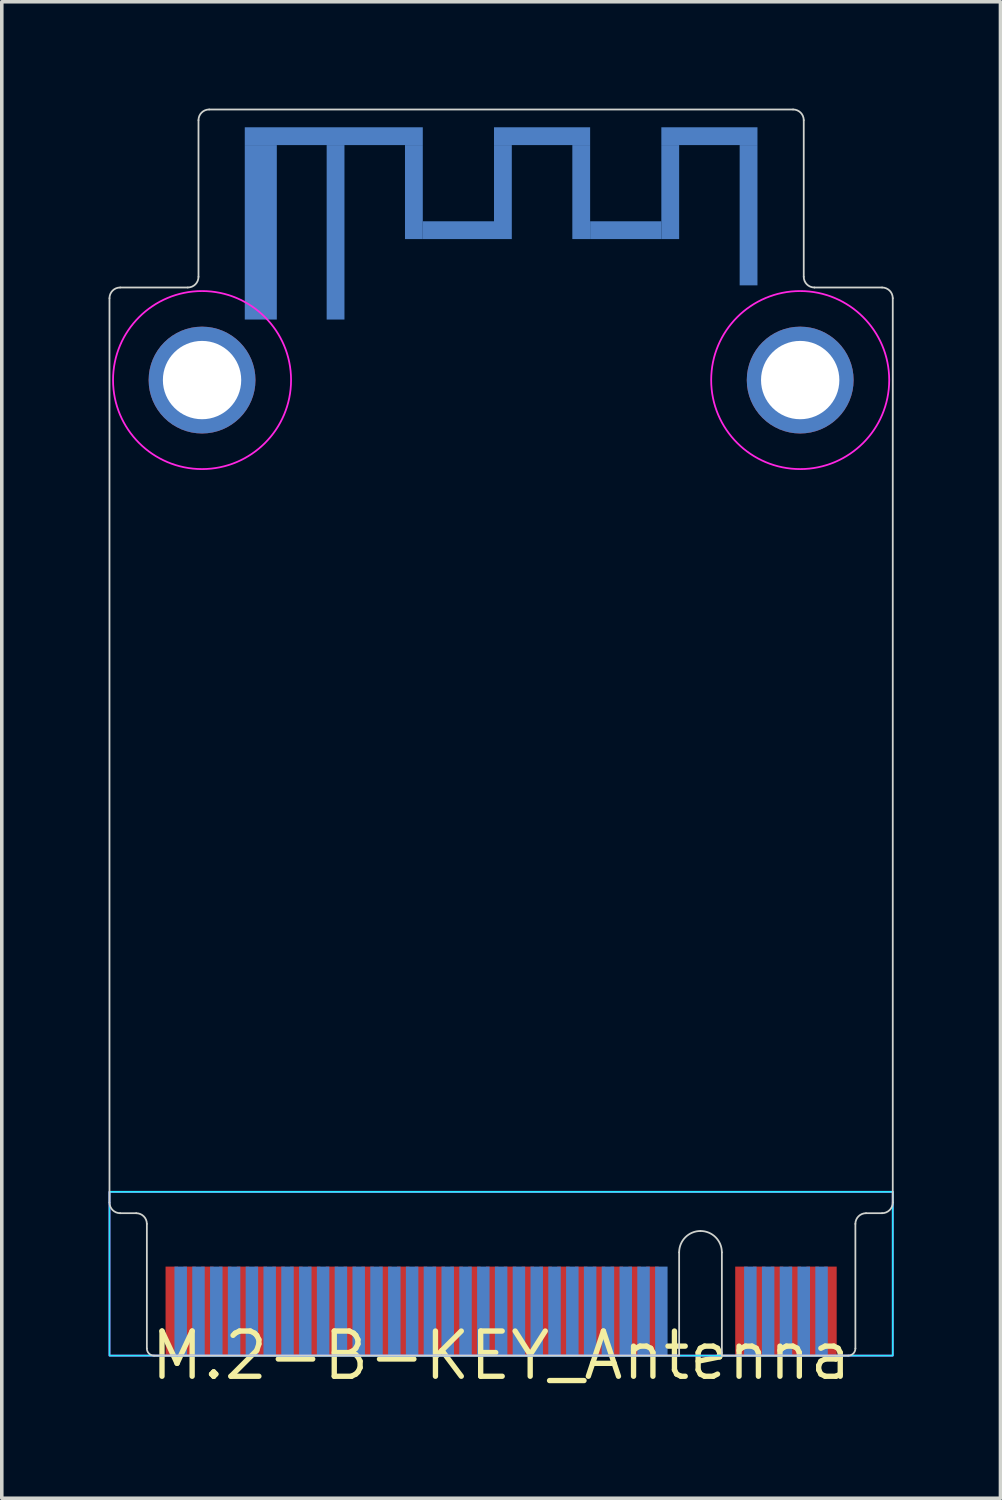
<source format=kicad_pcb>
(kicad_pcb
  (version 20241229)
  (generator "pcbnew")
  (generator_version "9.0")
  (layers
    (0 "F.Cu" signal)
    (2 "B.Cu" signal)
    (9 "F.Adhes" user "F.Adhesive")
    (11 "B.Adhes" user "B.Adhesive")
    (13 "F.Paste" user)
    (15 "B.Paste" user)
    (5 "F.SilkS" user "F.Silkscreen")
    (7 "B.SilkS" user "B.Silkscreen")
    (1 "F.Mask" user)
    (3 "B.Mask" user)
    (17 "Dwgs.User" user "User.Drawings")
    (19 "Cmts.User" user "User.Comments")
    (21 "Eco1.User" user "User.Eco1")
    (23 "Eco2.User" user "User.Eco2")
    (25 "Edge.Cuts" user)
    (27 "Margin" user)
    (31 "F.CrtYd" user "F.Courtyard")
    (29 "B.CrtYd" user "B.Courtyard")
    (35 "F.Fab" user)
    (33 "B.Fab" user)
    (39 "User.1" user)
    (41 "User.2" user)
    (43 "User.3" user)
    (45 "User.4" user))
  (footprint "M.2-B-KEY_Antenna"
    (layer "F.Cu")
    (at 11.025 35.025)
    (property "Reference" "M.2-B-KEY_Antenna" (at 0 0 0) (layer "F.SilkS") (effects (font (size 1.27 1.27) (thickness 0.15))))
    (attr through_hole)
    (fp_line (start -11 -4.3) (end -11 -29.7) (stroke (width 0.05) (type default)) (layer "Edge.Cuts"))
    (fp_line (start -10.7 -30) (end -8.8 -30) (stroke (width 0.05) (type default)) (layer "Edge.Cuts"))
    (fp_line (start -10.7 -4) (end -10.25 -4) (stroke (width 0.05) (type default)) (layer "Edge.Cuts"))
    (fp_line (start -9.95 -3.7) (end -9.95 -0.2) (stroke (width 0.05) (type solid)) (layer "Edge.Cuts"))
    (fp_line (start -9.75 0) (end 5 0) (stroke (width 0.05) (type solid)) (layer "Edge.Cuts"))
    (fp_line (start -8.5 -34.7) (end -8.5 -30.3) (stroke (width 0.05) (type default)) (layer "Edge.Cuts"))
    (fp_line (start -8.2 -35) (end 8.2 -35) (stroke (width 0.05) (type default)) (layer "Edge.Cuts"))
    (fp_line (start 5 -2.9) (end 5 0) (stroke (width 0.05) (type solid)) (layer "Edge.Cuts"))
    (fp_line (start 6.2 -2.9) (end 6.2 0) (stroke (width 0.05) (type solid)) (layer "Edge.Cuts"))
    (fp_line (start 6.2 0) (end 9.75 0) (stroke (width 0.05) (type solid)) (layer "Edge.Cuts"))
    (fp_line (start 8.5 -34.7) (end 8.5 -30.3) (stroke (width 0.05) (type default)) (layer "Edge.Cuts"))
    (fp_line (start 8.8 -30) (end 10.7 -30) (stroke (width 0.05) (type default)) (layer "Edge.Cuts"))
    (fp_line (start 9.95 -0.2) (end 9.95 -3.7) (stroke (width 0.05) (type solid)) (layer "Edge.Cuts"))
    (fp_line (start 10.25 -4) (end 10.7 -4) (stroke (width 0.05) (type default)) (layer "Edge.Cuts"))
    (fp_line (start 11 -4.3) (end 11 -29.7) (stroke (width 0.05) (type default)) (layer "Edge.Cuts"))
    (fp_arc (start -11 -29.7) (mid -10.912132 -29.912132) (end -10.7 -30) (stroke (width 0.05) (type default)) (layer "Edge.Cuts"))
    (fp_arc (start -10.7 -4) (mid -10.912132 -4.087868) (end -11 -4.3) (stroke (width 0.05) (type default)) (layer "Edge.Cuts"))
    (fp_arc (start -10.25 -4) (mid -10.037868 -3.912132) (end -9.95 -3.7) (stroke (width 0.05) (type default)) (layer "Edge.Cuts"))
    (fp_arc (start -9.75 0) (mid -9.891421 -0.058579) (end -9.95 -0.2) (stroke (width 0.05) (type solid)) (layer "Edge.Cuts"))
    (fp_arc (start -8.5 -34.7) (mid -8.412132 -34.912132) (end -8.2 -35) (stroke (width 0.05) (type default)) (layer "Edge.Cuts"))
    (fp_arc (start -8.5 -30.3) (mid -8.587868 -30.087868) (end -8.8 -30) (stroke (width 0.05) (type default)) (layer "Edge.Cuts"))
    (fp_arc (start 5 -2.9) (mid 5.175736 -3.324264) (end 5.6 -3.5) (stroke (width 0.05) (type solid)) (layer "Edge.Cuts"))
    (fp_arc (start 5.6 -3.5) (mid 6.024264 -3.324264) (end 6.2 -2.9) (stroke (width 0.05) (type solid)) (layer "Edge.Cuts"))
    (fp_arc (start 8.2 -35) (mid 8.412132 -34.912132) (end 8.5 -34.7) (stroke (width 0.05) (type default)) (layer "Edge.Cuts"))
    (fp_arc (start 8.8 -30) (mid 8.587868 -30.087868) (end 8.5 -30.3) (stroke (width 0.05) (type default)) (layer "Edge.Cuts"))
    (fp_arc (start 9.95 -3.7) (mid 10.037868 -3.912132) (end 10.25 -4) (stroke (width 0.05) (type default)) (layer "Edge.Cuts"))
    (fp_arc (start 9.95 -0.2) (mid 9.891421 -0.058579) (end 9.75 0) (stroke (width 0.05) (type solid)) (layer "Edge.Cuts"))
    (fp_arc (start 10.7 -30) (mid 10.912132 -29.912132) (end 11 -29.7) (stroke (width 0.05) (type default)) (layer "Edge.Cuts"))
    (fp_arc (start 11 -4.3) (mid 10.912132 -4.087868) (end 10.7 -4) (stroke (width 0.05) (type default)) (layer "Edge.Cuts"))
    (fp_rect (start -11 -4.6) (end 11 0) (stroke (width 0.05) (type default)) (fill no) (layer "B.CrtYd"))
    (fp_rect (start -11 -4.6) (end 11 0) (stroke (width 0.05) (type default)) (fill no) (layer "F.CrtYd"))
    (fp_circle (center -8.4 -27.4) (end -5.9 -27.4) (stroke (width 0.05) (type default)) (fill no) (layer "F.CrtYd"))
    (fp_circle (center 8.4 -27.4) (end 10.9 -27.4) (stroke (width 0.05) (type default)) (fill no) (layer "F.CrtYd"))
    (fp_rect (start -11 -29.6) (end 11 -24.6) (stroke (width 0.01) (type default)) (fill no) (layer "User.2"))
    (pad "" np_thru_hole circle (at -8.4 -27.4) (size 3 3) (drill 2.2) (layers "*.Cu" "*.Mask"))
    (pad "" np_thru_hole circle (at 8.4 -27.4) (size 3 3) (drill 2.2) (layers "*.Cu" "*.Mask"))
    (pad "1" smd rect (at 9.25 -1.25) (size 0.35 2.5) (layers "F.Cu" "F.Mask" "F.Paste"))
    (pad "2" smd rect (at 9 -1.25) (size 0.35 2.5) (layers "B.Cu" "B.Mask" "B.Paste"))
    (pad "3" smd rect (at 8.75 -1.25) (size 0.35 2.5) (layers "F.Cu" "F.Mask" "F.Paste"))
    (pad "4" smd rect (at 8.5 -1.25) (size 0.35 2.5) (layers "B.Cu" "B.Mask" "B.Paste"))
    (pad "5" smd rect (at 8.25 -1.25) (size 0.35 2.5) (layers "F.Cu" "F.Mask" "F.Paste"))
    (pad "6" smd rect (at 8 -1.25) (size 0.35 2.5) (layers "B.Cu" "B.Mask" "B.Paste"))
    (pad "7" smd rect (at 7.75 -1.25) (size 0.35 2.5) (layers "F.Cu" "F.Mask" "F.Paste"))
    (pad "8" smd rect (at 7.5 -1.25) (size 0.35 2.5) (layers "B.Cu" "B.Mask" "B.Paste"))
    (pad "9" smd rect (at 7.25 -1.25) (size 0.35 2.5) (layers "F.Cu" "F.Mask" "F.Paste"))
    (pad "10" smd rect (at 7 -1.25) (size 0.35 2.5) (layers "B.Cu" "B.Mask" "B.Paste"))
    (pad "11" smd rect (at 6.75 -1.25) (size 0.35 2.5) (layers "F.Cu" "F.Mask" "F.Paste"))
    (pad "20" smd rect (at 4.5 -1.25) (size 0.35 2.5) (layers "B.Cu" "B.Mask" "B.Paste"))
    (pad "21" smd rect (at 4.25 -1.25) (size 0.35 2.5) (layers "F.Cu" "F.Mask" "F.Paste"))
    (pad "22" smd rect (at 4 -1.25) (size 0.35 2.5) (layers "B.Cu" "B.Mask" "B.Paste"))
    (pad "23" smd rect (at 3.75 -1.25) (size 0.35 2.5) (layers "F.Cu" "F.Mask" "F.Paste"))
    (pad "24" smd rect (at 3.5 -1.25) (size 0.35 2.5) (layers "B.Cu" "B.Mask" "B.Paste"))
    (pad "25" smd rect (at 3.25 -1.25) (size 0.35 2.5) (layers "F.Cu" "F.Mask" "F.Paste"))
    (pad "26" smd rect (at 3 -1.25) (size 0.35 2.5) (layers "B.Cu" "B.Mask" "B.Paste"))
    (pad "27" smd rect (at 2.75 -1.25) (size 0.35 2.5) (layers "F.Cu" "F.Mask" "F.Paste"))
    (pad "28" smd rect (at 2.5 -1.25) (size 0.35 2.5) (layers "B.Cu" "B.Mask" "B.Paste"))
    (pad "29" smd rect (at 2.25 -1.25) (size 0.35 2.5) (layers "F.Cu" "F.Mask" "F.Paste"))
    (pad "30" smd rect (at 2 -1.25) (size 0.35 2.5) (layers "B.Cu" "B.Mask" "B.Paste"))
    (pad "31" smd rect (at 1.75 -1.25) (size 0.35 2.5) (layers "F.Cu" "F.Mask" "F.Paste"))
    (pad "32" smd rect (at 1.5 -1.25) (size 0.35 2.5) (layers "B.Cu" "B.Mask" "B.Paste"))
    (pad "33" smd rect (at 1.25 -1.25) (size 0.35 2.5) (layers "F.Cu" "F.Mask" "F.Paste"))
    (pad "34" smd rect (at 1 -1.25) (size 0.35 2.5) (layers "B.Cu" "B.Mask" "B.Paste"))
    (pad "35" smd rect (at 0.75 -1.25) (size 0.35 2.5) (layers "F.Cu" "F.Mask" "F.Paste"))
    (pad "36" smd rect (at 0.5 -1.25) (size 0.35 2.5) (layers "B.Cu" "B.Mask" "B.Paste"))
    (pad "37" smd rect (at 0.25 -1.25) (size 0.35 2.5) (layers "F.Cu" "F.Mask" "F.Paste"))
    (pad "38" smd rect (at 0 -1.25) (size 0.35 2.5) (layers "B.Cu" "B.Mask" "B.Paste"))
    (pad "39" smd rect (at -0.25 -1.25) (size 0.35 2.5) (layers "F.Cu" "F.Mask" "F.Paste"))
    (pad "40" smd rect (at -0.5 -1.25) (size 0.35 2.5) (layers "B.Cu" "B.Mask" "B.Paste"))
    (pad "41" smd rect (at -0.75 -1.25) (size 0.35 2.5) (layers "F.Cu" "F.Mask" "F.Paste"))
    (pad "42" smd rect (at -1 -1.25) (size 0.35 2.5) (layers "B.Cu" "B.Mask" "B.Paste"))
    (pad "43" smd rect (at -1.25 -1.25) (size 0.35 2.5) (layers "F.Cu" "F.Mask" "F.Paste"))
    (pad "44" smd rect (at -1.5 -1.25) (size 0.35 2.5) (layers "B.Cu" "B.Mask" "B.Paste"))
    (pad "45" smd rect (at -1.75 -1.25) (size 0.35 2.5) (layers "F.Cu" "F.Mask" "F.Paste"))
    (pad "46" smd rect (at -2 -1.25) (size 0.35 2.5) (layers "B.Cu" "B.Mask" "B.Paste"))
    (pad "47" smd rect (at -2.25 -1.25) (size 0.35 2.5) (layers "F.Cu" "F.Mask" "F.Paste"))
    (pad "48" smd rect (at -2.5 -1.25) (size 0.35 2.5) (layers "B.Cu" "B.Mask" "B.Paste"))
    (pad "49" smd rect (at -2.75 -1.25) (size 0.35 2.5) (layers "F.Cu" "F.Mask" "F.Paste"))
    (pad "50" smd rect (at -3 -1.25) (size 0.35 2.5) (layers "B.Cu" "B.Mask" "B.Paste"))
    (pad "51" smd rect (at -3.25 -1.25) (size 0.35 2.5) (layers "F.Cu" "F.Mask" "F.Paste"))
    (pad "52" smd rect (at -3.5 -1.25) (size 0.35 2.5) (layers "B.Cu" "B.Mask" "B.Paste"))
    (pad "53" smd rect (at -3.75 -1.25) (size 0.35 2.5) (layers "F.Cu" "F.Mask" "F.Paste"))
    (pad "54" smd rect (at -4 -1.25) (size 0.35 2.5) (layers "B.Cu" "B.Mask" "B.Paste"))
    (pad "55" smd rect (at -4.25 -1.25) (size 0.35 2.5) (layers "F.Cu" "F.Mask" "F.Paste"))
    (pad "56" smd rect (at -4.5 -1.25) (size 0.35 2.5) (layers "B.Cu" "B.Mask" "B.Paste"))
    (pad "57" smd rect (at -4.75 -1.25) (size 0.35 2.5) (layers "F.Cu" "F.Mask" "F.Paste"))
    (pad "58" smd rect (at -5 -1.25) (size 0.35 2.5) (layers "B.Cu" "B.Mask" "B.Paste"))
    (pad "59" smd rect (at -5.25 -1.25) (size 0.35 2.5) (layers "F.Cu" "F.Mask" "F.Paste"))
    (pad "60" smd rect (at -5.5 -1.25) (size 0.35 2.5) (layers "B.Cu" "B.Mask" "B.Paste"))
    (pad "61" smd rect (at -5.75 -1.25) (size 0.35 2.5) (layers "F.Cu" "F.Mask" "F.Paste"))
    (pad "62" smd rect (at -6 -1.25) (size 0.35 2.5) (layers "B.Cu" "B.Mask" "B.Paste"))
    (pad "63" smd rect (at -6.25 -1.25) (size 0.35 2.5) (layers "F.Cu" "F.Mask" "F.Paste"))
    (pad "64" smd rect (at -6.5 -1.25) (size 0.35 2.5) (layers "B.Cu" "B.Mask" "B.Paste"))
    (pad "65" smd rect (at -6.75 -1.25) (size 0.35 2.5) (layers "F.Cu" "F.Mask" "F.Paste"))
    (pad "66" smd rect (at -7 -1.25) (size 0.35 2.5) (layers "B.Cu" "B.Mask" "B.Paste"))
    (pad "67" smd rect (at -7.25 -1.25) (size 0.35 2.5) (layers "F.Cu" "F.Mask" "F.Paste"))
    (pad "68" smd rect (at -7.5 -1.25) (size 0.35 2.5) (layers "B.Cu" "B.Mask" "B.Paste"))
    (pad "69" smd rect (at -7.75 -1.25) (size 0.35 2.5) (layers "F.Cu" "F.Mask" "F.Paste"))
    (pad "70" smd rect (at -8 -1.25) (size 0.35 2.5) (layers "B.Cu" "B.Mask" "B.Paste"))
    (pad "71" smd rect (at -8.25 -1.25) (size 0.35 2.5) (layers "F.Cu" "F.Mask" "F.Paste"))
    (pad "72" smd rect (at -8.5 -1.25) (size 0.35 2.5) (layers "B.Cu" "B.Mask" "B.Paste"))
    (pad "73" smd rect (at -8.75 -1.25) (size 0.35 2.5) (layers "F.Cu" "F.Mask" "F.Paste"))
    (pad "74" smd rect (at -9 -1.25) (size 0.35 2.5) (layers "B.Cu" "B.Mask" "B.Paste"))
    (pad "75" smd rect (at -9.25 -1.25) (size 0.35 2.5) (layers "F.Cu" "F.Mask" "F.Paste"))
    (pad "GND" smd rect (at -6.75 -31.55) (size 0.9 4.9) (layers "B.Cu"))
    (pad "RF0" smd rect (at -4.7 -34.25 90) (size 0.5 5) (layers "B.Cu"))
    (pad "RF0" smd rect (at -4.65 -31.55) (size 0.5 4.9) (layers "B.Cu"))
    (pad "RF0" smd rect (at -2.45 -32.68) (size 0.5 2.64) (layers "B.Cu"))
    (pad "RF0" smd rect (at -1.2 -31.61) (size 2 0.5) (layers "B.Cu"))
    (pad "RF0" smd rect (at 0.05 -32.68) (size 0.5 2.64) (layers "B.Cu"))
    (pad "RF0" smd rect (at 1.15 -34.25 90) (size 0.5 2.7) (layers "B.Cu"))
    (pad "RF0" smd rect (at 2.25 -32.68) (size 0.5 2.64) (layers "B.Cu"))
    (pad "RF0" smd rect (at 3.5 -31.61) (size 2 0.5) (layers "B.Cu"))
    (pad "RF0" smd rect (at 4.75 -32.68) (size 0.5 2.64) (layers "B.Cu"))
    (pad "RF0" smd rect (at 5.85 -34.25 90) (size 0.5 2.7) (layers "B.Cu"))
    (pad "RF0" smd rect (at 6.95 -32.03 90) (size 3.94 0.5) (layers "B.Cu")))
  (gr_rect
    (start -3 -3)
    (end 25.05 39.031)
    (stroke (width 0.1) (type default))
    (fill no)
    (layer "Edge.Cuts")))
</source>
